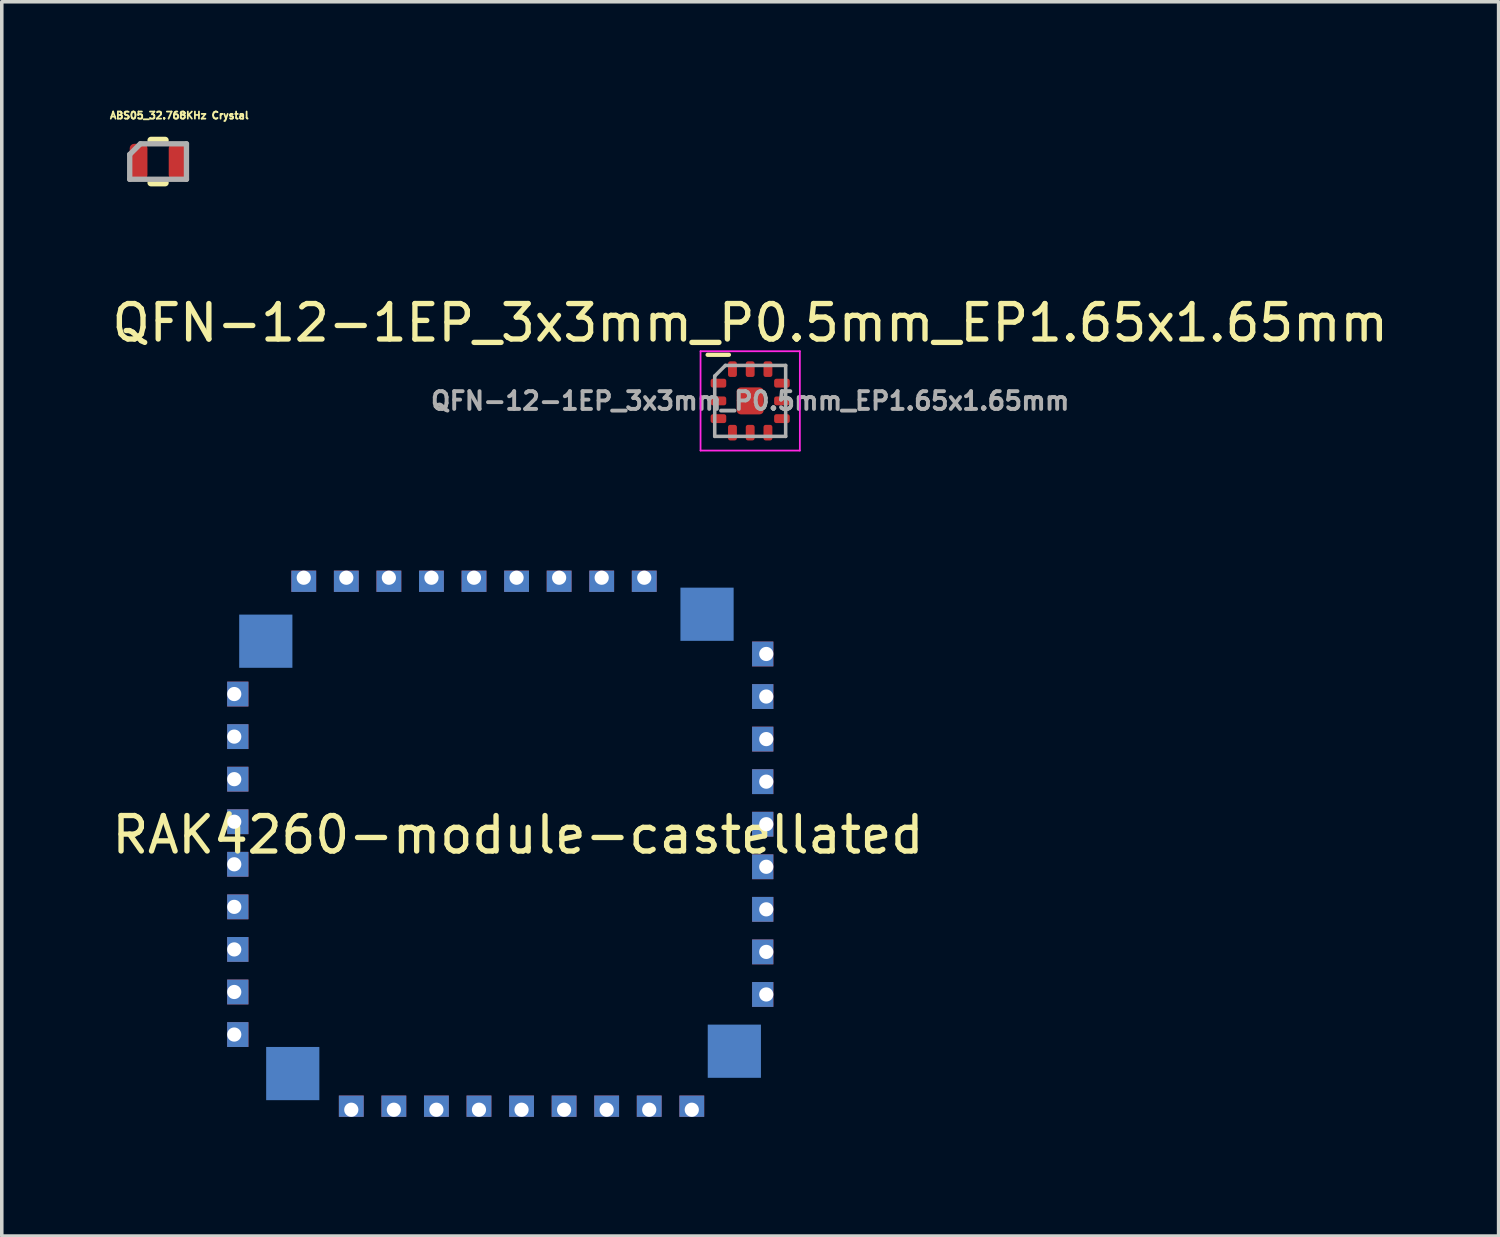
<source format=kicad_pcb>
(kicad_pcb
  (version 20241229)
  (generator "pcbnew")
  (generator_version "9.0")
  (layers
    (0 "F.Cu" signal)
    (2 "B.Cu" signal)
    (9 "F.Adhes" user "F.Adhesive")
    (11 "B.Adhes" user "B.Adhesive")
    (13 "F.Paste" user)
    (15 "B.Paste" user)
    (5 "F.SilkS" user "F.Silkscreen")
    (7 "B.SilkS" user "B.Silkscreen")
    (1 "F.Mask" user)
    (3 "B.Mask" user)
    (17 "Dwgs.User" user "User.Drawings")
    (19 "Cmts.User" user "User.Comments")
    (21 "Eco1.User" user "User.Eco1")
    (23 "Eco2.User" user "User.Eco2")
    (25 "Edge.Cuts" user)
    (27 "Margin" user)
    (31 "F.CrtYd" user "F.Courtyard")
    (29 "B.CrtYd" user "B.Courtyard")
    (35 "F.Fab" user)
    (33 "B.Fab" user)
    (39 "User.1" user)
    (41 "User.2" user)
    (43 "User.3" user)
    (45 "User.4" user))
  (footprint "RAK4260-module-castellated"
    (layer "F.Cu")
    (at 11.054 20.738)
    (property "Reference" "RAK4260-module-castellated" (at 0.5 -0.25 0) (layer "F.SilkS") (effects (font (size 1 1) (thickness 0.15))))
    (attr through_hole)
    (fp_line (start -8 0) (end 8 0) (stroke (width 0.12) (type solid)) (layer "Eco1.User"))
    (fp_line (start -7.5 7.5) (end -7.5 -6.5) (stroke (width 0.12) (type solid)) (layer "Eco1.User"))
    (fp_line (start -7.5 7.5) (end 7.5 7.5) (stroke (width 0.12) (type solid)) (layer "Eco1.User"))
    (fp_line (start -6.5 -7.5) (end -7.5 -6.5) (stroke (width 0.12) (type solid)) (layer "Eco1.User"))
    (fp_line (start 0 8) (end 0 -8) (stroke (width 0.12) (type solid)) (layer "Eco1.User"))
    (fp_line (start 7.5 -7.5) (end -6.5 -7.5) (stroke (width 0.12) (type solid)) (layer "Eco1.User"))
    (fp_line (start 7.5 7.5) (end 7.5 -7.5) (stroke (width 0.12) (type solid)) (layer "Eco1.User"))
    (pad "1" thru_hole rect (at -7.5 -4.22) (size 0.6 0.7) (drill 0.4 (offset 0.1 0)) (layers "*.Cu" "*.Mask"))
    (pad "2" thru_hole rect (at -7.5 -3.02) (size 0.6 0.7) (drill 0.4 (offset 0.1 0)) (layers "*.Cu" "*.Mask"))
    (pad "3" thru_hole rect (at -7.5 -1.82) (size 0.6 0.7) (drill 0.4 (offset 0.1 0)) (layers "*.Cu" "*.Mask"))
    (pad "4" thru_hole rect (at -7.5 -0.62) (size 0.6 0.7) (drill 0.4 (offset 0.1 0)) (layers "*.Cu" "*.Mask"))
    (pad "5" thru_hole rect (at -7.5 0.58) (size 0.6 0.7) (drill 0.4 (offset 0.1 0)) (layers "*.Cu" "*.Mask"))
    (pad "6" thru_hole rect (at -7.5 1.78) (size 0.6 0.7) (drill 0.4 (offset 0.1 0)) (layers "*.Cu" "*.Mask"))
    (pad "7" thru_hole rect (at -7.5 2.98) (size 0.6 0.7) (drill 0.4 (offset 0.1 0)) (layers "*.Cu" "*.Mask"))
    (pad "8" thru_hole rect (at -7.5 4.18) (size 0.6 0.7) (drill 0.4 (offset 0.1 0)) (layers "*.Cu" "*.Mask"))
    (pad "9" thru_hole rect (at -7.5 5.38) (size 0.6 0.7) (drill 0.4 (offset 0.1 0)) (layers "*.Cu" "*.Mask"))
    (pad "10" thru_hole rect (at -4.2 7.5 90) (size 0.6 0.7) (drill 0.4 (offset 0.1 0)) (layers "*.Cu" "*.Mask"))
    (pad "11" thru_hole rect (at -3 7.5 90) (size 0.6 0.7) (drill 0.4 (offset 0.1 0)) (layers "*.Cu" "*.Mask"))
    (pad "12" thru_hole rect (at -1.8 7.5 90) (size 0.6 0.7) (drill 0.4 (offset 0.1 0)) (layers "*.Cu" "*.Mask"))
    (pad "13" thru_hole rect (at -0.6 7.5 90) (size 0.6 0.7) (drill 0.4 (offset 0.1 0)) (layers "*.Cu" "*.Mask"))
    (pad "14" thru_hole rect (at 0.6 7.5 90) (size 0.6 0.7) (drill 0.4 (offset 0.1 0)) (layers "*.Cu" "*.Mask"))
    (pad "15" thru_hole rect (at 1.8 7.5 90) (size 0.6 0.7) (drill 0.4 (offset 0.1 0)) (layers "*.Cu" "*.Mask"))
    (pad "16" thru_hole rect (at 3 7.5 90) (size 0.6 0.7) (drill 0.4 (offset 0.1 0)) (layers "*.Cu" "*.Mask"))
    (pad "17" thru_hole rect (at 4.2 7.5 90) (size 0.6 0.7) (drill 0.4 (offset 0.1 0)) (layers "*.Cu" "*.Mask"))
    (pad "18" thru_hole rect (at 5.4 7.5 90) (size 0.6 0.7) (drill 0.4 (offset 0.1 0)) (layers "*.Cu" "*.Mask"))
    (pad "19" thru_hole rect (at 7.5 4.25 180) (size 0.6 0.7) (drill 0.4 (offset 0.1 0)) (layers "*.Cu" "*.Mask"))
    (pad "20" thru_hole rect (at 7.5 3.05 180) (size 0.6 0.7) (drill 0.4 (offset 0.1 0)) (layers "*.Cu" "*.Mask"))
    (pad "21" thru_hole rect (at 7.5 1.85 180) (size 0.6 0.7) (drill 0.4 (offset 0.1 0)) (layers "*.Cu" "*.Mask"))
    (pad "22" thru_hole rect (at 7.5 0.65 180) (size 0.6 0.7) (drill 0.4 (offset 0.1 0)) (layers "*.Cu" "*.Mask"))
    (pad "23" thru_hole rect (at 7.5 -0.55 180) (size 0.6 0.7) (drill 0.4 (offset 0.1 0)) (layers "*.Cu" "*.Mask"))
    (pad "24" thru_hole rect (at 7.5 -1.75 180) (size 0.6 0.7) (drill 0.4 (offset 0.1 0)) (layers "*.Cu" "*.Mask"))
    (pad "25" thru_hole rect (at 7.5 -2.95 180) (size 0.6 0.7) (drill 0.4 (offset 0.1 0)) (layers "*.Cu" "*.Mask"))
    (pad "26" thru_hole rect (at 7.5 -4.15 180) (size 0.6 0.7) (drill 0.4 (offset 0.1 0)) (layers "*.Cu" "*.Mask"))
    (pad "27" thru_hole rect (at 7.5 -5.35 180) (size 0.6 0.7) (drill 0.4 (offset 0.1 0)) (layers "*.Cu" "*.Mask"))
    (pad "28" thru_hole rect (at 4.06 -7.5 270) (size 0.6 0.7) (drill 0.4 (offset 0.1 0)) (layers "*.Cu" "*.Mask"))
    (pad "29" thru_hole rect (at 2.86 -7.5 270) (size 0.6 0.7) (drill 0.4 (offset 0.1 0)) (layers "*.Cu" "*.Mask"))
    (pad "30" thru_hole rect (at 1.66 -7.5 270) (size 0.6 0.7) (drill 0.4 (offset 0.1 0)) (layers "*.Cu" "*.Mask"))
    (pad "31" thru_hole rect (at 0.46 -7.5 270) (size 0.6 0.7) (drill 0.4 (offset 0.1 0)) (layers "*.Cu" "*.Mask"))
    (pad "32" thru_hole rect (at -0.74 -7.5 270) (size 0.6 0.7) (drill 0.4 (offset 0.1 0)) (layers "*.Cu" "*.Mask"))
    (pad "33" thru_hole rect (at -1.94 -7.5 270) (size 0.6 0.7) (drill 0.4 (offset 0.1 0)) (layers "*.Cu" "*.Mask"))
    (pad "34" thru_hole rect (at -3.14 -7.5 270) (size 0.6 0.7) (drill 0.4 (offset 0.1 0)) (layers "*.Cu" "*.Mask"))
    (pad "35" thru_hole rect (at -4.34 -7.5 270) (size 0.6 0.7) (drill 0.4 (offset 0.1 0)) (layers "*.Cu" "*.Mask"))
    (pad "36" thru_hole rect (at -5.54 -7.5 270) (size 0.6 0.7) (drill 0.4 (offset 0.1 0)) (layers "*.Cu" "*.Mask"))
    (pad "37" connect rect (at -6.61 -5.71) (size 1.5 1.5) (layers "B.Cu" "B.Mask"))
    (pad "37" connect rect (at -5.85 6.48) (size 1.5 1.5) (layers "B.Cu" "B.Mask"))
    (pad "37" connect rect (at 5.83 -6.47) (size 1.5 1.5) (layers "B.Cu" "B.Mask"))
    (pad "37" connect rect (at 6.6 5.85) (size 1.5 1.5) (layers "B.Cu" "B.Mask")))
  (footprint "QFN-12-1EP_3x3mm_P0.5mm_EP1.65x1.65mm"
    (layer "F.Cu")
    (at 18.101 8.253)
    (property "Reference" "QFN-12-1EP_3x3mm_P0.5mm_EP1.65x1.65mm" (at 0 -2.2 0) (layer "F.SilkS") (effects (font (size 1 1) (thickness 0.15))))
    (attr smd)
    (fp_line (start -0.6 -1.3) (end -1.2 -1.3) (stroke (width 0.12) (type solid)) (layer "F.SilkS"))
    (fp_line (start -1.4 -1.4) (end -1.4 1.4) (stroke (width 0.05) (type solid)) (layer "F.CrtYd"))
    (fp_line (start -1.4 1.4) (end 1.4 1.4) (stroke (width 0.05) (type solid)) (layer "F.CrtYd"))
    (fp_line (start 1.4 -1.4) (end -1.4 -1.4) (stroke (width 0.05) (type solid)) (layer "F.CrtYd"))
    (fp_line (start 1.4 1.4) (end 1.4 -1.4) (stroke (width 0.05) (type solid)) (layer "F.CrtYd"))
    (fp_line (start -1 -0.7) (end -0.7 -1) (stroke (width 0.1) (type solid)) (layer "F.Fab"))
    (fp_line (start -1 1) (end -1 -0.7) (stroke (width 0.1) (type solid)) (layer "F.Fab"))
    (fp_line (start -0.7 -1) (end 1 -1) (stroke (width 0.1) (type solid)) (layer "F.Fab"))
    (fp_line (start 1 -1) (end 1 1) (stroke (width 0.1) (type solid)) (layer "F.Fab"))
    (fp_line (start 1 1) (end -1 1) (stroke (width 0.1) (type solid)) (layer "F.Fab"))
    (fp_text user "${REFERENCE}" (at 0 0 0) (layer "F.Fab") (effects (font (size 0.5 0.5) (thickness 0.11))))
    (pad "" smd roundrect (at 0 0) (size 0.67 0.67) (layers "F.Paste") (roundrect_rratio 0.25))
    (pad "1" smd roundrect (at -0.895 -0.5) (size 0.44 0.25) (layers "F.Cu" "F.Mask" "F.Paste") (roundrect_rratio 0.25))
    (pad "2" smd roundrect (at -0.895 0) (size 0.44 0.25) (layers "F.Cu" "F.Mask" "F.Paste") (roundrect_rratio 0.25))
    (pad "3" smd roundrect (at -0.895 0.5) (size 0.44 0.25) (layers "F.Cu" "F.Mask" "F.Paste") (roundrect_rratio 0.25))
    (pad "4" smd roundrect (at -0.5 0.895 90) (size 0.44 0.25) (layers "F.Cu" "F.Mask" "F.Paste") (roundrect_rratio 0.25))
    (pad "5" smd roundrect (at 0 0.895 90) (size 0.44 0.25) (layers "F.Cu" "F.Mask" "F.Paste") (roundrect_rratio 0.25))
    (pad "6" smd roundrect (at 0.5 0.895 90) (size 0.44 0.25) (layers "F.Cu" "F.Mask" "F.Paste") (roundrect_rratio 0.25))
    (pad "7" smd roundrect (at 0.895 0.5 180) (size 0.44 0.25) (layers "F.Cu" "F.Mask" "F.Paste") (roundrect_rratio 0.25))
    (pad "8" smd roundrect (at 0.895 0 180) (size 0.44 0.25) (layers "F.Cu" "F.Mask" "F.Paste") (roundrect_rratio 0.25))
    (pad "9" smd roundrect (at 0.895 -0.5 180) (size 0.44 0.25) (layers "F.Cu" "F.Mask" "F.Paste") (roundrect_rratio 0.25))
    (pad "10" smd roundrect (at 0.5 -0.895 270) (size 0.44 0.25) (layers "F.Cu" "F.Mask" "F.Paste") (roundrect_rratio 0.25))
    (pad "11" smd roundrect (at 0 -0.895 270) (size 0.44 0.25) (layers "F.Cu" "F.Mask" "F.Paste") (roundrect_rratio 0.25))
    (pad "12" smd roundrect (at -0.5 -0.895 270) (size 0.44 0.25) (layers "F.Cu" "F.Mask" "F.Paste") (roundrect_rratio 0.25))
    (pad "13" smd roundrect (at 0 0) (size 0.76 0.76) (layers "F.Cu" "F.Mask") (roundrect_rratio 0.152)))
  (footprint "ABS05_32.768KHz Crystal"
    (layer "F.Cu")
    (at 1.407 1.505)
    (property "Reference" "ABS05_32.768KHz Crystal" (at 0.6 -1.3 0) (layer "F.SilkS") (effects (font (size 0.2 0.2) (thickness 0.05))))
    (attr through_hole)
    (fp_line (start -0.2 -0.6) (end 0.2 -0.6) (stroke (width 0.2) (type solid)) (layer "F.SilkS"))
    (fp_line (start -0.2 0.6) (end 0.2 0.6) (stroke (width 0.2) (type solid)) (layer "F.SilkS"))
    (fp_line (start -0.8 0.5) (end -0.8 -0.2) (stroke (width 0.15) (type solid)) (layer "F.Fab"))
    (fp_line (start -0.5 -0.5) (end -0.8 -0.2) (stroke (width 0.15) (type solid)) (layer "F.Fab"))
    (fp_line (start -0.5 -0.5) (end 0.8 -0.5) (stroke (width 0.15) (type solid)) (layer "F.Fab"))
    (fp_line (start 0.8 -0.5) (end 0.8 0.5) (stroke (width 0.15) (type solid)) (layer "F.Fab"))
    (fp_line (start 0.8 0.5) (end -0.8 0.5) (stroke (width 0.15) (type solid)) (layer "F.Fab"))
    (pad "1" smd roundrect (at -0.55 0) (size 0.5 1) (layers "F.Cu" "F.Mask" "F.Paste") (roundrect_rratio 0.25))
    (pad "2" smd roundrect (at 0.55 0) (size 0.5 1) (layers "F.Cu" "F.Mask" "F.Paste") (roundrect_rratio 0.25)))
  (gr_rect
    (start -3 -3)
    (end 39.202 31.798)
    (stroke (width 0.1) (type default))
    (fill no)
    (layer "Edge.Cuts")))
</source>
